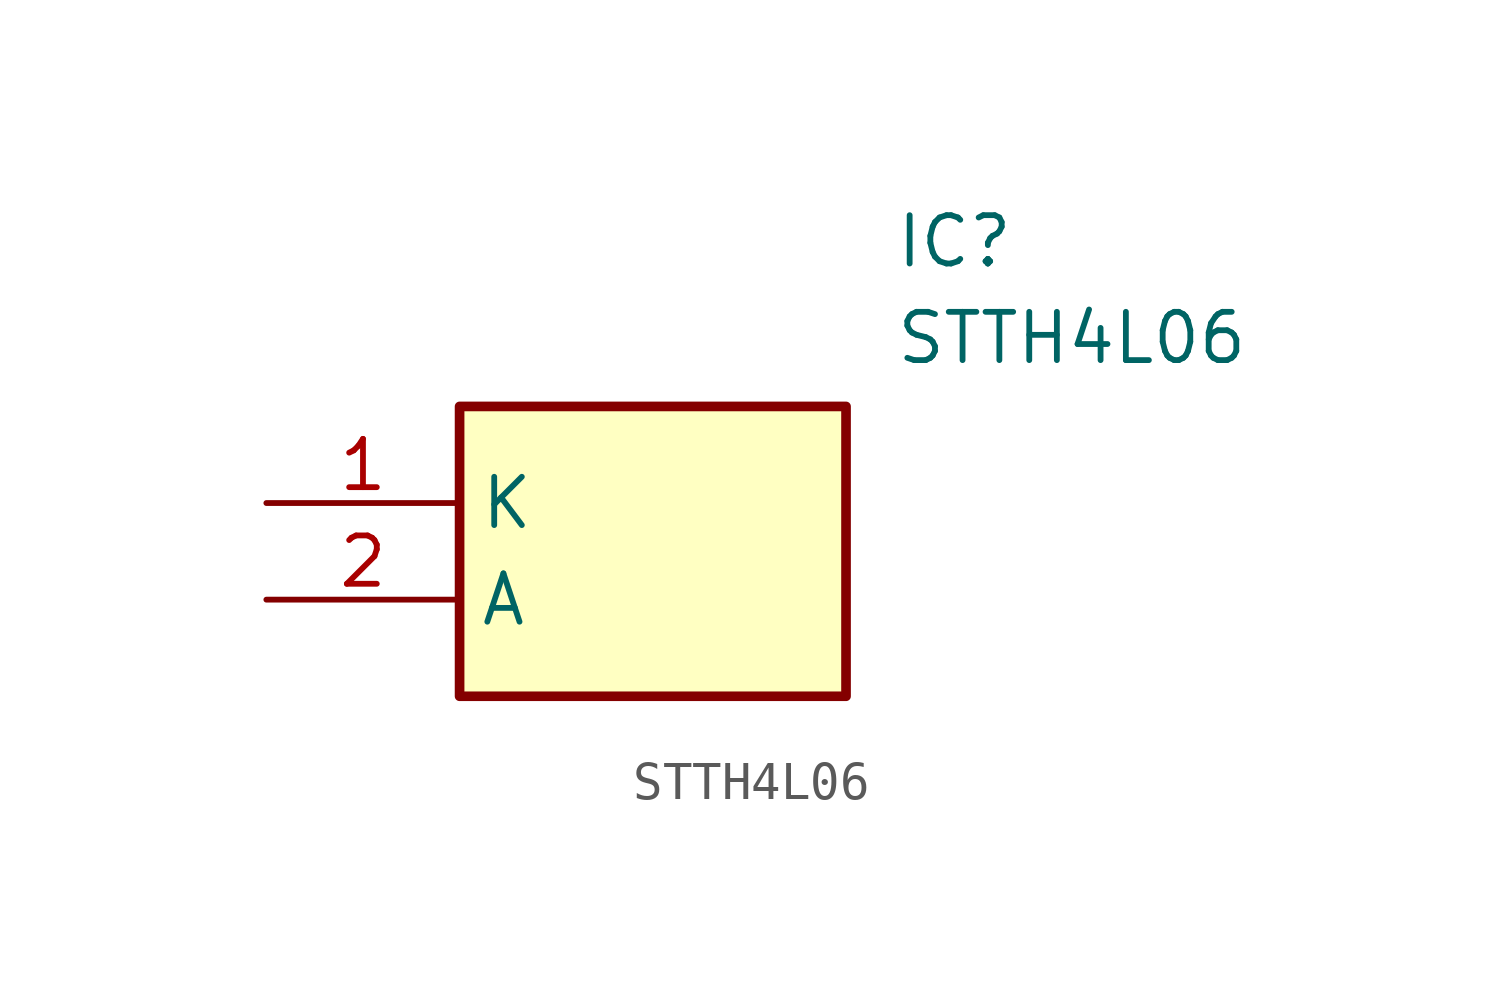
<source format=kicad_sym>
(kicad_symbol_lib
  (version 20211014)
  (generator SamacSys_ECAD_Model)
  (symbol "STTH4L06"
    (property "Reference" "IC"
      (at 16.51 7.62 0)
      (effects (font (size 1.27 1.27)) (justify left top)))
    (property "Value" "STTH4L06"
      (at 16.51 5.08 0)
      (effects (font (size 1.27 1.27)) (justify left top)))
    (rectangle
      (start 5.08 2.54)
      (end 15.24 -5.08)
      (stroke (width 0.254) (type default))
      (fill (type background)))
    (pin passive line
      (at 0 0 0)
      (length 5.08)
      (name "K" (effects (font (size 1.27 1.27))))
      (number "1" (effects (font (size 1.27 1.27)))))
    (pin passive line
      (at 0 -2.54 0)
      (length 5.08)
      (name "A" (effects (font (size 1.27 1.27))))
      (number "2" (effects (font (size 1.27 1.27)))))))
</source>
